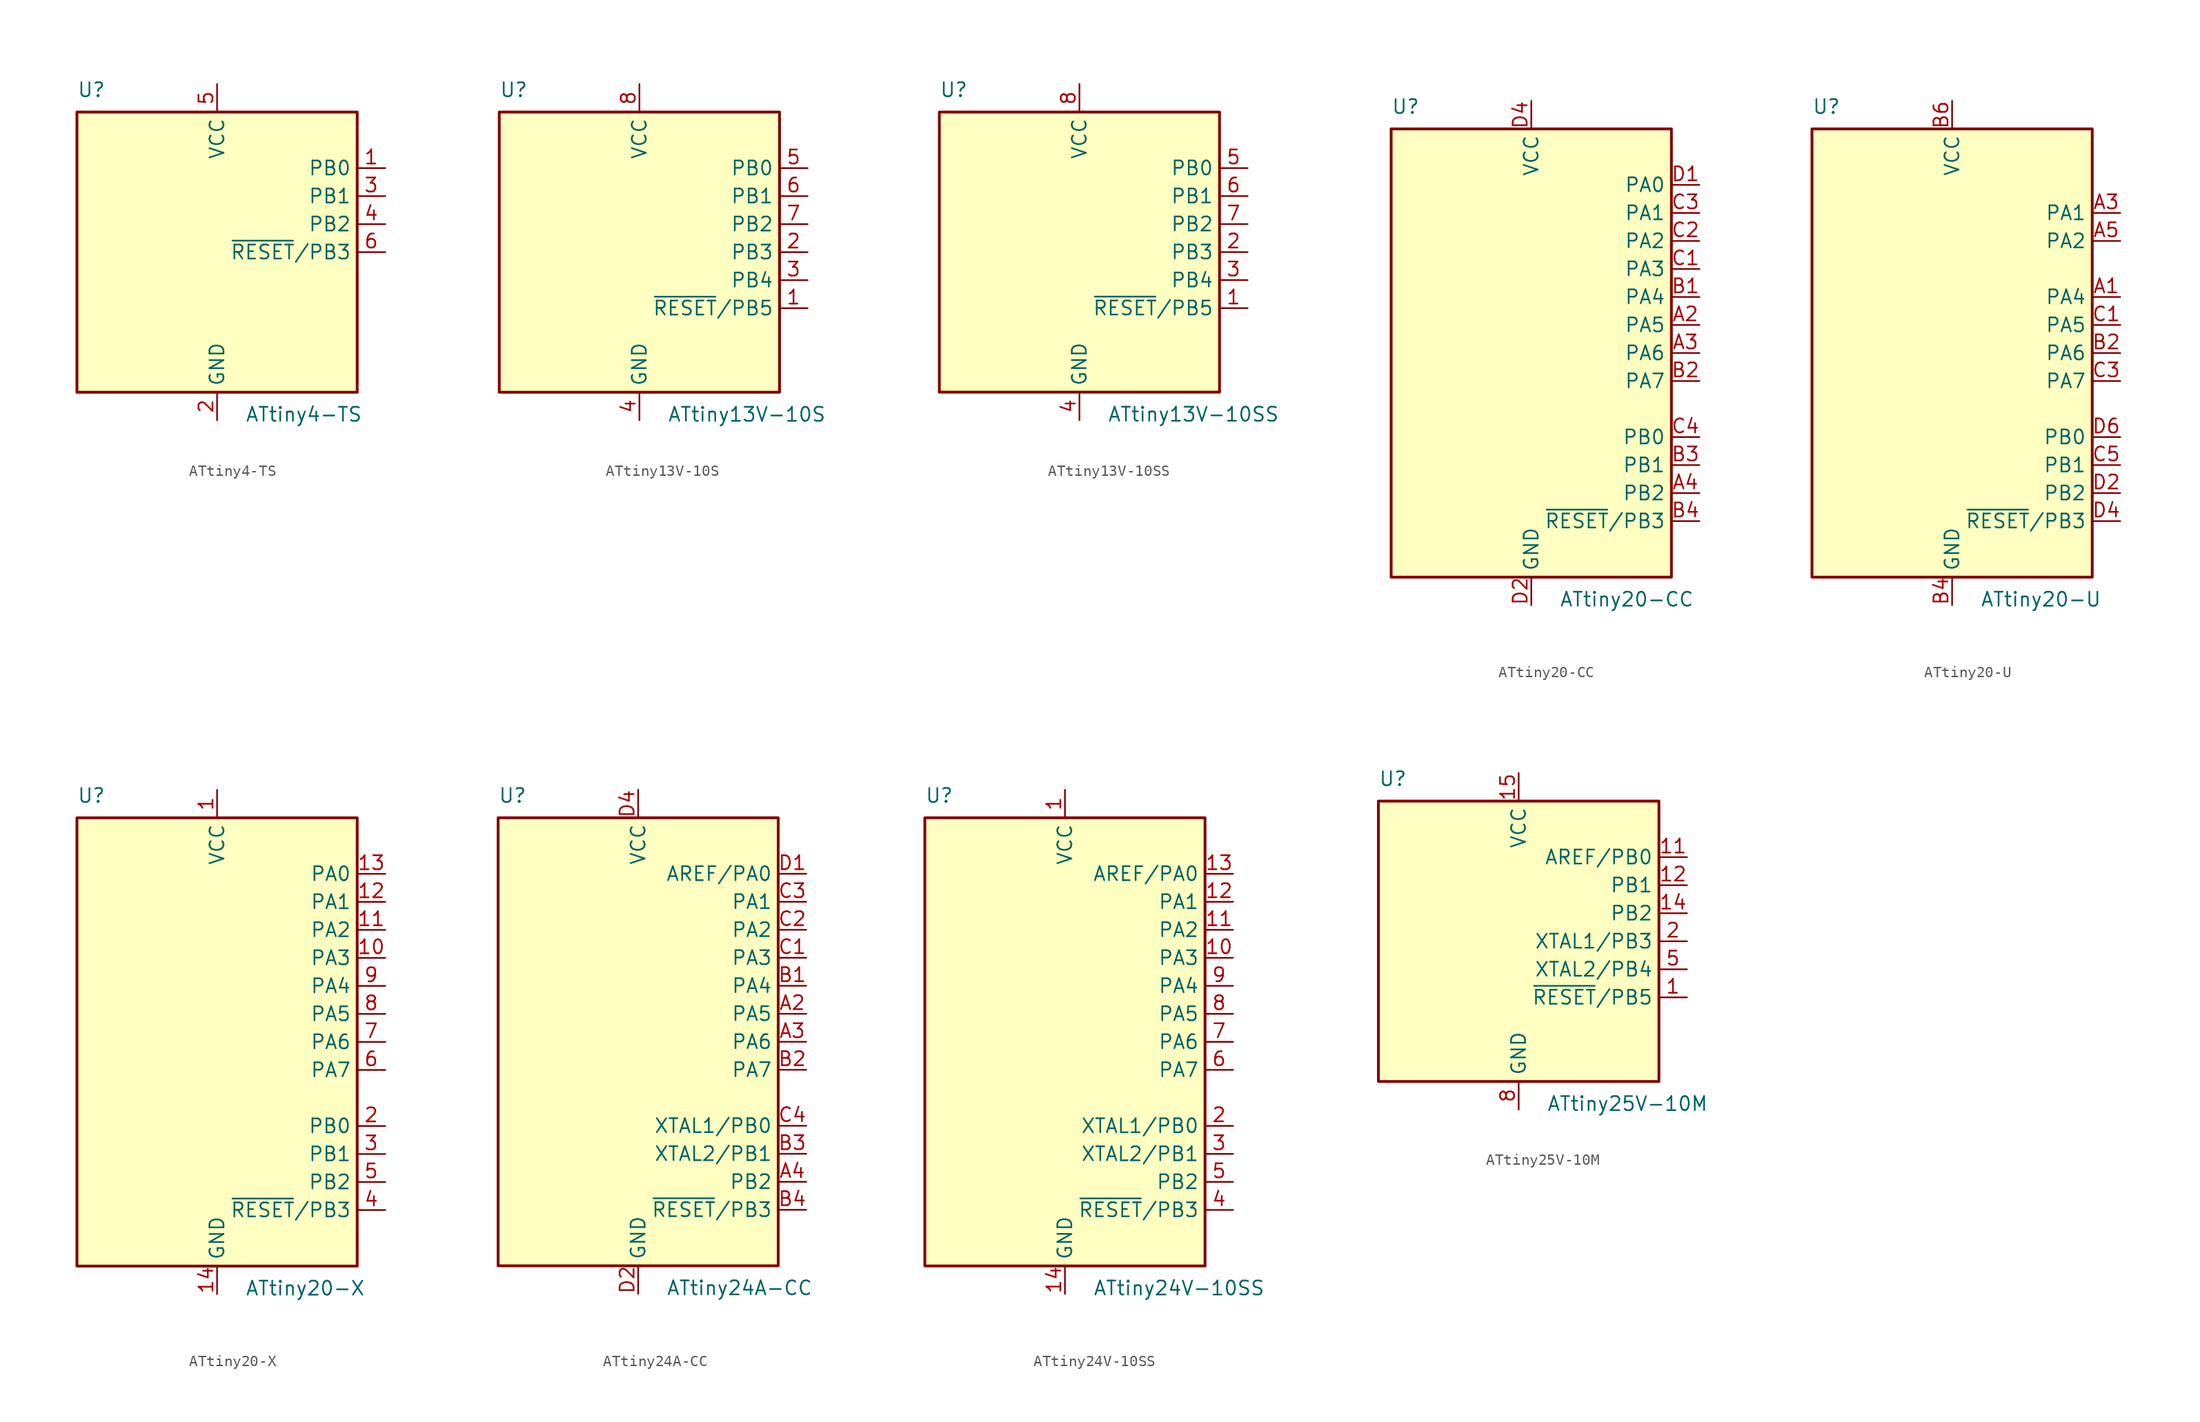
<source format=kicad_sym>
(kicad_symbol_lib
  (version 20231120)
  (generator "kicad_symbol_editor")
  (generator_version "8.0")
  (symbol "ATtiny4-TS"
    (property "Reference" "U"
      (at -12.7 13.97 0)
      (effects (font (size 1.27 1.27)) (justify left bottom)))
    (property "Value" "ATtiny4-TS"
      (at 2.54 -13.97 0)
      (effects (font (size 1.27 1.27)) (justify left top)))
    (symbol "ATtiny4-TS_0_1"
      (rectangle (start -12.7 -12.7) (end 12.7 12.7) (stroke (width 0.254) (type default)) (fill (type background))))
    (symbol "ATtiny4-TS_1_1"
      (pin bidirectional line (at 15.24 7.62 180) (length 2.54) (name "PB0" (effects (font (size 1.27 1.27)))) (number "1" (effects (font (size 1.27 1.27)))))
      (pin power_in line (at 0 -15.24 90) (length 2.54) (name "GND" (effects (font (size 1.27 1.27)))) (number "2" (effects (font (size 1.27 1.27)))))
      (pin bidirectional line (at 15.24 5.08 180) (length 2.54) (name "PB1" (effects (font (size 1.27 1.27)))) (number "3" (effects (font (size 1.27 1.27)))))
      (pin bidirectional line (at 15.24 2.54 180) (length 2.54) (name "PB2" (effects (font (size 1.27 1.27)))) (number "4" (effects (font (size 1.27 1.27)))))
      (pin power_in line (at 0 15.24 270) (length 2.54) (name "VCC" (effects (font (size 1.27 1.27)))) (number "5" (effects (font (size 1.27 1.27)))))
      (pin bidirectional line (at 15.24 0 180) (length 2.54) (name "~{RESET}/PB3" (effects (font (size 1.27 1.27)))) (number "6" (effects (font (size 1.27 1.27)))))))
  (symbol "ATtiny13V-10S"
    (property "Reference" "U"
      (at -12.7 13.97 0)
      (effects (font (size 1.27 1.27)) (justify left bottom)))
    (property "Value" "ATtiny13V-10S"
      (at 2.54 -13.97 0)
      (effects (font (size 1.27 1.27)) (justify left top)))
    (symbol "ATtiny13V-10S_0_1"
      (rectangle (start -12.7 -12.7) (end 12.7 12.7) (stroke (width 0.254) (type default)) (fill (type background))))
    (symbol "ATtiny13V-10S_1_1"
      (pin bidirectional line (at 15.24 -5.08 180) (length 2.54) (name "~{RESET}/PB5" (effects (font (size 1.27 1.27)))) (number "1" (effects (font (size 1.27 1.27)))))
      (pin bidirectional line (at 15.24 0 180) (length 2.54) (name "PB3" (effects (font (size 1.27 1.27)))) (number "2" (effects (font (size 1.27 1.27)))))
      (pin bidirectional line (at 15.24 -2.54 180) (length 2.54) (name "PB4" (effects (font (size 1.27 1.27)))) (number "3" (effects (font (size 1.27 1.27)))))
      (pin power_in line (at 0 -15.24 90) (length 2.54) (name "GND" (effects (font (size 1.27 1.27)))) (number "4" (effects (font (size 1.27 1.27)))))
      (pin bidirectional line (at 15.24 7.62 180) (length 2.54) (name "PB0" (effects (font (size 1.27 1.27)))) (number "5" (effects (font (size 1.27 1.27)))))
      (pin bidirectional line (at 15.24 5.08 180) (length 2.54) (name "PB1" (effects (font (size 1.27 1.27)))) (number "6" (effects (font (size 1.27 1.27)))))
      (pin bidirectional line (at 15.24 2.54 180) (length 2.54) (name "PB2" (effects (font (size 1.27 1.27)))) (number "7" (effects (font (size 1.27 1.27)))))
      (pin power_in line (at 0 15.24 270) (length 2.54) (name "VCC" (effects (font (size 1.27 1.27)))) (number "8" (effects (font (size 1.27 1.27)))))))
  (symbol "ATtiny13V-10SS"
    (property "Reference" "U"
      (at -12.7 13.97 0)
      (effects (font (size 1.27 1.27)) (justify left bottom)))
    (property "Value" "ATtiny13V-10SS"
      (at 2.54 -13.97 0)
      (effects (font (size 1.27 1.27)) (justify left top)))
    (symbol "ATtiny13V-10SS_0_1"
      (rectangle (start -12.7 -12.7) (end 12.7 12.7) (stroke (width 0.254) (type default)) (fill (type background))))
    (symbol "ATtiny13V-10SS_1_1"
      (pin bidirectional line (at 15.24 -5.08 180) (length 2.54) (name "~{RESET}/PB5" (effects (font (size 1.27 1.27)))) (number "1" (effects (font (size 1.27 1.27)))))
      (pin bidirectional line (at 15.24 0 180) (length 2.54) (name "PB3" (effects (font (size 1.27 1.27)))) (number "2" (effects (font (size 1.27 1.27)))))
      (pin bidirectional line (at 15.24 -2.54 180) (length 2.54) (name "PB4" (effects (font (size 1.27 1.27)))) (number "3" (effects (font (size 1.27 1.27)))))
      (pin power_in line (at 0 -15.24 90) (length 2.54) (name "GND" (effects (font (size 1.27 1.27)))) (number "4" (effects (font (size 1.27 1.27)))))
      (pin bidirectional line (at 15.24 7.62 180) (length 2.54) (name "PB0" (effects (font (size 1.27 1.27)))) (number "5" (effects (font (size 1.27 1.27)))))
      (pin bidirectional line (at 15.24 5.08 180) (length 2.54) (name "PB1" (effects (font (size 1.27 1.27)))) (number "6" (effects (font (size 1.27 1.27)))))
      (pin bidirectional line (at 15.24 2.54 180) (length 2.54) (name "PB2" (effects (font (size 1.27 1.27)))) (number "7" (effects (font (size 1.27 1.27)))))
      (pin power_in line (at 0 15.24 270) (length 2.54) (name "VCC" (effects (font (size 1.27 1.27)))) (number "8" (effects (font (size 1.27 1.27)))))))
  (symbol "ATtiny20-CC"
    (property "Reference" "U"
      (at -12.7 21.59 0)
      (effects (font (size 1.27 1.27)) (justify left bottom)))
    (property "Value" "ATtiny20-CC"
      (at 2.54 -21.59 0)
      (effects (font (size 1.27 1.27)) (justify left top)))
    (symbol "ATtiny20-CC_0_1"
      (rectangle (start -12.7 -20.32) (end 12.7 20.32) (stroke (width 0.254) (type default)) (fill (type background))))
    (symbol "ATtiny20-CC_1_1"
      (pin bidirectional line (at 15.24 2.54 180) (length 2.54) (name "PA5" (effects (font (size 1.27 1.27)))) (number "A2" (effects (font (size 1.27 1.27)))))
      (pin bidirectional line (at 15.24 0 180) (length 2.54) (name "PA6" (effects (font (size 1.27 1.27)))) (number "A3" (effects (font (size 1.27 1.27)))))
      (pin bidirectional line (at 15.24 -12.7 180) (length 2.54) (name "PB2" (effects (font (size 1.27 1.27)))) (number "A4" (effects (font (size 1.27 1.27)))))
      (pin bidirectional line (at 15.24 5.08 180) (length 2.54) (name "PA4" (effects (font (size 1.27 1.27)))) (number "B1" (effects (font (size 1.27 1.27)))))
      (pin bidirectional line (at 15.24 -2.54 180) (length 2.54) (name "PA7" (effects (font (size 1.27 1.27)))) (number "B2" (effects (font (size 1.27 1.27)))))
      (pin bidirectional line (at 15.24 -10.16 180) (length 2.54) (name "PB1" (effects (font (size 1.27 1.27)))) (number "B3" (effects (font (size 1.27 1.27)))))
      (pin bidirectional line (at 15.24 -15.24 180) (length 2.54) (name "~{RESET}/PB3" (effects (font (size 1.27 1.27)))) (number "B4" (effects (font (size 1.27 1.27)))))
      (pin bidirectional line (at 15.24 7.62 180) (length 2.54) (name "PA3" (effects (font (size 1.27 1.27)))) (number "C1" (effects (font (size 1.27 1.27)))))
      (pin bidirectional line (at 15.24 10.16 180) (length 2.54) (name "PA2" (effects (font (size 1.27 1.27)))) (number "C2" (effects (font (size 1.27 1.27)))))
      (pin bidirectional line (at 15.24 12.7 180) (length 2.54) (name "PA1" (effects (font (size 1.27 1.27)))) (number "C3" (effects (font (size 1.27 1.27)))))
      (pin bidirectional line (at 15.24 -7.62 180) (length 2.54) (name "PB0" (effects (font (size 1.27 1.27)))) (number "C4" (effects (font (size 1.27 1.27)))))
      (pin bidirectional line (at 15.24 15.24 180) (length 2.54) (name "PA0" (effects (font (size 1.27 1.27)))) (number "D1" (effects (font (size 1.27 1.27)))))
      (pin power_in line (at 0 -22.86 90) (length 2.54) (name "GND" (effects (font (size 1.27 1.27)))) (number "D2" (effects (font (size 1.27 1.27)))))
      (pin passive line (at 0 -22.86 90) (length 2.54) hide (name "GND" (effects (font (size 1.27 1.27)))) (number "D3" (effects (font (size 1.27 1.27)))))
      (pin power_in line (at 0 22.86 270) (length 2.54) (name "VCC" (effects (font (size 1.27 1.27)))) (number "D4" (effects (font (size 1.27 1.27)))))))
  (symbol "ATtiny20-U"
    (property "Reference" "U"
      (at -12.7 21.59 0)
      (effects (font (size 1.27 1.27)) (justify left bottom)))
    (property "Value" "ATtiny20-U"
      (at 2.54 -21.59 0)
      (effects (font (size 1.27 1.27)) (justify left top)))
    (symbol "ATtiny20-U_0_1"
      (rectangle (start -12.7 -20.32) (end 12.7 20.32) (stroke (width 0.254) (type default)) (fill (type background))))
    (symbol "ATtiny20-U_1_1"
      (pin bidirectional line (at 15.24 5.08 180) (length 2.54) (name "PA4" (effects (font (size 1.27 1.27)))) (number "A1" (effects (font (size 1.27 1.27)))))
      (pin bidirectional line (at 15.24 12.7 180) (length 2.54) (name "PA1" (effects (font (size 1.27 1.27)))) (number "A3" (effects (font (size 1.27 1.27)))))
      (pin bidirectional line (at 15.24 10.16 180) (length 2.54) (name "PA2" (effects (font (size 1.27 1.27)))) (number "A5" (effects (font (size 1.27 1.27)))))
      (pin bidirectional line (at 15.24 0 180) (length 2.54) (name "PA6" (effects (font (size 1.27 1.27)))) (number "B2" (effects (font (size 1.27 1.27)))))
      (pin power_in line (at 0 -22.86 90) (length 2.54) (name "GND" (effects (font (size 1.27 1.27)))) (number "B4" (effects (font (size 1.27 1.27)))))
      (pin power_in line (at 0 22.86 270) (length 2.54) (name "VCC" (effects (font (size 1.27 1.27)))) (number "B6" (effects (font (size 1.27 1.27)))))
      (pin bidirectional line (at 15.24 2.54 180) (length 2.54) (name "PA5" (effects (font (size 1.27 1.27)))) (number "C1" (effects (font (size 1.27 1.27)))))
      (pin bidirectional line (at 15.24 -2.54 180) (length 2.54) (name "PA7" (effects (font (size 1.27 1.27)))) (number "C3" (effects (font (size 1.27 1.27)))))
      (pin bidirectional line (at 15.24 -10.16 180) (length 2.54) (name "PB1" (effects (font (size 1.27 1.27)))) (number "C5" (effects (font (size 1.27 1.27)))))
      (pin bidirectional line (at 15.24 -12.7 180) (length 2.54) (name "PB2" (effects (font (size 1.27 1.27)))) (number "D2" (effects (font (size 1.27 1.27)))))
      (pin bidirectional line (at 15.24 -15.24 180) (length 2.54) (name "~{RESET}/PB3" (effects (font (size 1.27 1.27)))) (number "D4" (effects (font (size 1.27 1.27)))))
      (pin bidirectional line (at 15.24 -7.62 180) (length 2.54) (name "PB0" (effects (font (size 1.27 1.27)))) (number "D6" (effects (font (size 1.27 1.27)))))))
  (symbol "ATtiny20-X"
    (property "Reference" "U"
      (at -12.7 21.59 0)
      (effects (font (size 1.27 1.27)) (justify left bottom)))
    (property "Value" "ATtiny20-X"
      (at 2.54 -21.59 0)
      (effects (font (size 1.27 1.27)) (justify left top)))
    (symbol "ATtiny20-X_0_1"
      (rectangle (start -12.7 -20.32) (end 12.7 20.32) (stroke (width 0.254) (type default)) (fill (type background))))
    (symbol "ATtiny20-X_1_1"
      (pin power_in line (at 0 22.86 270) (length 2.54) (name "VCC" (effects (font (size 1.27 1.27)))) (number "1" (effects (font (size 1.27 1.27)))))
      (pin bidirectional line (at 15.24 7.62 180) (length 2.54) (name "PA3" (effects (font (size 1.27 1.27)))) (number "10" (effects (font (size 1.27 1.27)))))
      (pin bidirectional line (at 15.24 10.16 180) (length 2.54) (name "PA2" (effects (font (size 1.27 1.27)))) (number "11" (effects (font (size 1.27 1.27)))))
      (pin bidirectional line (at 15.24 12.7 180) (length 2.54) (name "PA1" (effects (font (size 1.27 1.27)))) (number "12" (effects (font (size 1.27 1.27)))))
      (pin bidirectional line (at 15.24 15.24 180) (length 2.54) (name "PA0" (effects (font (size 1.27 1.27)))) (number "13" (effects (font (size 1.27 1.27)))))
      (pin power_in line (at 0 -22.86 90) (length 2.54) (name "GND" (effects (font (size 1.27 1.27)))) (number "14" (effects (font (size 1.27 1.27)))))
      (pin bidirectional line (at 15.24 -7.62 180) (length 2.54) (name "PB0" (effects (font (size 1.27 1.27)))) (number "2" (effects (font (size 1.27 1.27)))))
      (pin bidirectional line (at 15.24 -10.16 180) (length 2.54) (name "PB1" (effects (font (size 1.27 1.27)))) (number "3" (effects (font (size 1.27 1.27)))))
      (pin bidirectional line (at 15.24 -15.24 180) (length 2.54) (name "~{RESET}/PB3" (effects (font (size 1.27 1.27)))) (number "4" (effects (font (size 1.27 1.27)))))
      (pin bidirectional line (at 15.24 -12.7 180) (length 2.54) (name "PB2" (effects (font (size 1.27 1.27)))) (number "5" (effects (font (size 1.27 1.27)))))
      (pin bidirectional line (at 15.24 -2.54 180) (length 2.54) (name "PA7" (effects (font (size 1.27 1.27)))) (number "6" (effects (font (size 1.27 1.27)))))
      (pin bidirectional line (at 15.24 0 180) (length 2.54) (name "PA6" (effects (font (size 1.27 1.27)))) (number "7" (effects (font (size 1.27 1.27)))))
      (pin bidirectional line (at 15.24 2.54 180) (length 2.54) (name "PA5" (effects (font (size 1.27 1.27)))) (number "8" (effects (font (size 1.27 1.27)))))
      (pin bidirectional line (at 15.24 5.08 180) (length 2.54) (name "PA4" (effects (font (size 1.27 1.27)))) (number "9" (effects (font (size 1.27 1.27)))))))
  (symbol "ATtiny24A-CC"
    (property "Reference" "U"
      (at -12.7 21.59 0)
      (effects (font (size 1.27 1.27)) (justify left bottom)))
    (property "Value" "ATtiny24A-CC"
      (at 2.54 -21.59 0)
      (effects (font (size 1.27 1.27)) (justify left top)))
    (symbol "ATtiny24A-CC_0_1"
      (rectangle (start -12.7 -20.32) (end 12.7 20.32) (stroke (width 0.254) (type default)) (fill (type background))))
    (symbol "ATtiny24A-CC_1_1"
      (pin bidirectional line (at 15.24 2.54 180) (length 2.54) (name "PA5" (effects (font (size 1.27 1.27)))) (number "A2" (effects (font (size 1.27 1.27)))))
      (pin bidirectional line (at 15.24 0 180) (length 2.54) (name "PA6" (effects (font (size 1.27 1.27)))) (number "A3" (effects (font (size 1.27 1.27)))))
      (pin bidirectional line (at 15.24 -12.7 180) (length 2.54) (name "PB2" (effects (font (size 1.27 1.27)))) (number "A4" (effects (font (size 1.27 1.27)))))
      (pin bidirectional line (at 15.24 5.08 180) (length 2.54) (name "PA4" (effects (font (size 1.27 1.27)))) (number "B1" (effects (font (size 1.27 1.27)))))
      (pin bidirectional line (at 15.24 -2.54 180) (length 2.54) (name "PA7" (effects (font (size 1.27 1.27)))) (number "B2" (effects (font (size 1.27 1.27)))))
      (pin bidirectional line (at 15.24 -10.16 180) (length 2.54) (name "XTAL2/PB1" (effects (font (size 1.27 1.27)))) (number "B3" (effects (font (size 1.27 1.27)))))
      (pin bidirectional line (at 15.24 -15.24 180) (length 2.54) (name "~{RESET}/PB3" (effects (font (size 1.27 1.27)))) (number "B4" (effects (font (size 1.27 1.27)))))
      (pin bidirectional line (at 15.24 7.62 180) (length 2.54) (name "PA3" (effects (font (size 1.27 1.27)))) (number "C1" (effects (font (size 1.27 1.27)))))
      (pin bidirectional line (at 15.24 10.16 180) (length 2.54) (name "PA2" (effects (font (size 1.27 1.27)))) (number "C2" (effects (font (size 1.27 1.27)))))
      (pin bidirectional line (at 15.24 12.7 180) (length 2.54) (name "PA1" (effects (font (size 1.27 1.27)))) (number "C3" (effects (font (size 1.27 1.27)))))
      (pin bidirectional line (at 15.24 -7.62 180) (length 2.54) (name "XTAL1/PB0" (effects (font (size 1.27 1.27)))) (number "C4" (effects (font (size 1.27 1.27)))))
      (pin bidirectional line (at 15.24 15.24 180) (length 2.54) (name "AREF/PA0" (effects (font (size 1.27 1.27)))) (number "D1" (effects (font (size 1.27 1.27)))))
      (pin power_in line (at 0 -22.86 90) (length 2.54) (name "GND" (effects (font (size 1.27 1.27)))) (number "D2" (effects (font (size 1.27 1.27)))))
      (pin passive line (at 0 -22.86 90) (length 2.54) hide (name "GND" (effects (font (size 1.27 1.27)))) (number "D3" (effects (font (size 1.27 1.27)))))
      (pin power_in line (at 0 22.86 270) (length 2.54) (name "VCC" (effects (font (size 1.27 1.27)))) (number "D4" (effects (font (size 1.27 1.27)))))))
  (symbol "ATtiny24V-10SS"
    (property "Reference" "U"
      (at -12.7 21.59 0)
      (effects (font (size 1.27 1.27)) (justify left bottom)))
    (property "Value" "ATtiny24V-10SS"
      (at 2.54 -21.59 0)
      (effects (font (size 1.27 1.27)) (justify left top)))
    (symbol "ATtiny24V-10SS_0_1"
      (rectangle (start -12.7 -20.32) (end 12.7 20.32) (stroke (width 0.254) (type default)) (fill (type background))))
    (symbol "ATtiny24V-10SS_1_1"
      (pin power_in line (at 0 22.86 270) (length 2.54) (name "VCC" (effects (font (size 1.27 1.27)))) (number "1" (effects (font (size 1.27 1.27)))))
      (pin bidirectional line (at 15.24 7.62 180) (length 2.54) (name "PA3" (effects (font (size 1.27 1.27)))) (number "10" (effects (font (size 1.27 1.27)))))
      (pin bidirectional line (at 15.24 10.16 180) (length 2.54) (name "PA2" (effects (font (size 1.27 1.27)))) (number "11" (effects (font (size 1.27 1.27)))))
      (pin bidirectional line (at 15.24 12.7 180) (length 2.54) (name "PA1" (effects (font (size 1.27 1.27)))) (number "12" (effects (font (size 1.27 1.27)))))
      (pin bidirectional line (at 15.24 15.24 180) (length 2.54) (name "AREF/PA0" (effects (font (size 1.27 1.27)))) (number "13" (effects (font (size 1.27 1.27)))))
      (pin power_in line (at 0 -22.86 90) (length 2.54) (name "GND" (effects (font (size 1.27 1.27)))) (number "14" (effects (font (size 1.27 1.27)))))
      (pin bidirectional line (at 15.24 -7.62 180) (length 2.54) (name "XTAL1/PB0" (effects (font (size 1.27 1.27)))) (number "2" (effects (font (size 1.27 1.27)))))
      (pin bidirectional line (at 15.24 -10.16 180) (length 2.54) (name "XTAL2/PB1" (effects (font (size 1.27 1.27)))) (number "3" (effects (font (size 1.27 1.27)))))
      (pin bidirectional line (at 15.24 -15.24 180) (length 2.54) (name "~{RESET}/PB3" (effects (font (size 1.27 1.27)))) (number "4" (effects (font (size 1.27 1.27)))))
      (pin bidirectional line (at 15.24 -12.7 180) (length 2.54) (name "PB2" (effects (font (size 1.27 1.27)))) (number "5" (effects (font (size 1.27 1.27)))))
      (pin bidirectional line (at 15.24 -2.54 180) (length 2.54) (name "PA7" (effects (font (size 1.27 1.27)))) (number "6" (effects (font (size 1.27 1.27)))))
      (pin bidirectional line (at 15.24 0 180) (length 2.54) (name "PA6" (effects (font (size 1.27 1.27)))) (number "7" (effects (font (size 1.27 1.27)))))
      (pin bidirectional line (at 15.24 2.54 180) (length 2.54) (name "PA5" (effects (font (size 1.27 1.27)))) (number "8" (effects (font (size 1.27 1.27)))))
      (pin bidirectional line (at 15.24 5.08 180) (length 2.54) (name "PA4" (effects (font (size 1.27 1.27)))) (number "9" (effects (font (size 1.27 1.27)))))))
  (symbol "ATtiny25V-10M"
    (property "Reference" "U"
      (at -12.7 13.97 0)
      (effects (font (size 1.27 1.27)) (justify left bottom)))
    (property "Value" "ATtiny25V-10M"
      (at 2.54 -13.97 0)
      (effects (font (size 1.27 1.27)) (justify left top)))
    (symbol "ATtiny25V-10M_0_1"
      (rectangle (start -12.7 -12.7) (end 12.7 12.7) (stroke (width 0.254) (type default)) (fill (type background))))
    (symbol "ATtiny25V-10M_1_1"
      (pin bidirectional line (at 15.24 -5.08 180) (length 2.54) (name "~{RESET}/PB5" (effects (font (size 1.27 1.27)))) (number "1" (effects (font (size 1.27 1.27)))))
      (pin no_connect line (at -12.7 -2.54 0) (length 2.54) hide (name "NC" (effects (font (size 1.27 1.27)))) (number "10" (effects (font (size 1.27 1.27)))))
      (pin bidirectional line (at 15.24 7.62 180) (length 2.54) (name "AREF/PB0" (effects (font (size 1.27 1.27)))) (number "11" (effects (font (size 1.27 1.27)))))
      (pin bidirectional line (at 15.24 5.08 180) (length 2.54) (name "PB1" (effects (font (size 1.27 1.27)))) (number "12" (effects (font (size 1.27 1.27)))))
      (pin no_connect line (at -12.7 -5.08 0) (length 2.54) hide (name "NC" (effects (font (size 1.27 1.27)))) (number "13" (effects (font (size 1.27 1.27)))))
      (pin bidirectional line (at 15.24 2.54 180) (length 2.54) (name "PB2" (effects (font (size 1.27 1.27)))) (number "14" (effects (font (size 1.27 1.27)))))
      (pin power_in line (at 0 15.24 270) (length 2.54) (name "VCC" (effects (font (size 1.27 1.27)))) (number "15" (effects (font (size 1.27 1.27)))))
      (pin no_connect line (at -12.7 -7.62 0) (length 2.54) hide (name "NC" (effects (font (size 1.27 1.27)))) (number "16" (effects (font (size 1.27 1.27)))))
      (pin no_connect line (at -12.7 -10.16 0) (length 2.54) hide (name "NC" (effects (font (size 1.27 1.27)))) (number "17" (effects (font (size 1.27 1.27)))))
      (pin no_connect line (at -7.62 -12.7 90) (length 2.54) hide (name "NC" (effects (font (size 1.27 1.27)))) (number "18" (effects (font (size 1.27 1.27)))))
      (pin no_connect line (at -5.08 -12.7 90) (length 2.54) hide (name "NC" (effects (font (size 1.27 1.27)))) (number "19" (effects (font (size 1.27 1.27)))))
      (pin bidirectional line (at 15.24 0 180) (length 2.54) (name "XTAL1/PB3" (effects (font (size 1.27 1.27)))) (number "2" (effects (font (size 1.27 1.27)))))
      (pin no_connect line (at -2.54 -12.7 90) (length 2.54) hide (name "NC" (effects (font (size 1.27 1.27)))) (number "20" (effects (font (size 1.27 1.27)))))
      (pin passive line (at 0 -15.24 90) (length 2.54) hide (name "GND" (effects (font (size 1.27 1.27)))) (number "21" (effects (font (size 1.27 1.27)))))
      (pin no_connect line (at -12.7 10.16 0) (length 2.54) hide (name "NC" (effects (font (size 1.27 1.27)))) (number "3" (effects (font (size 1.27 1.27)))))
      (pin no_connect line (at -12.7 7.62 0) (length 2.54) hide (name "NC" (effects (font (size 1.27 1.27)))) (number "4" (effects (font (size 1.27 1.27)))))
      (pin bidirectional line (at 15.24 -2.54 180) (length 2.54) (name "XTAL2/PB4" (effects (font (size 1.27 1.27)))) (number "5" (effects (font (size 1.27 1.27)))))
      (pin no_connect line (at -12.7 5.08 0) (length 2.54) hide (name "NC" (effects (font (size 1.27 1.27)))) (number "6" (effects (font (size 1.27 1.27)))))
      (pin no_connect line (at -12.7 2.54 0) (length 2.54) hide (name "NC" (effects (font (size 1.27 1.27)))) (number "7" (effects (font (size 1.27 1.27)))))
      (pin power_in line (at 0 -15.24 90) (length 2.54) (name "GND" (effects (font (size 1.27 1.27)))) (number "8" (effects (font (size 1.27 1.27)))))
      (pin no_connect line (at -12.7 0 0) (length 2.54) hide (name "NC" (effects (font (size 1.27 1.27)))) (number "9" (effects (font (size 1.27 1.27))))))))
</source>
